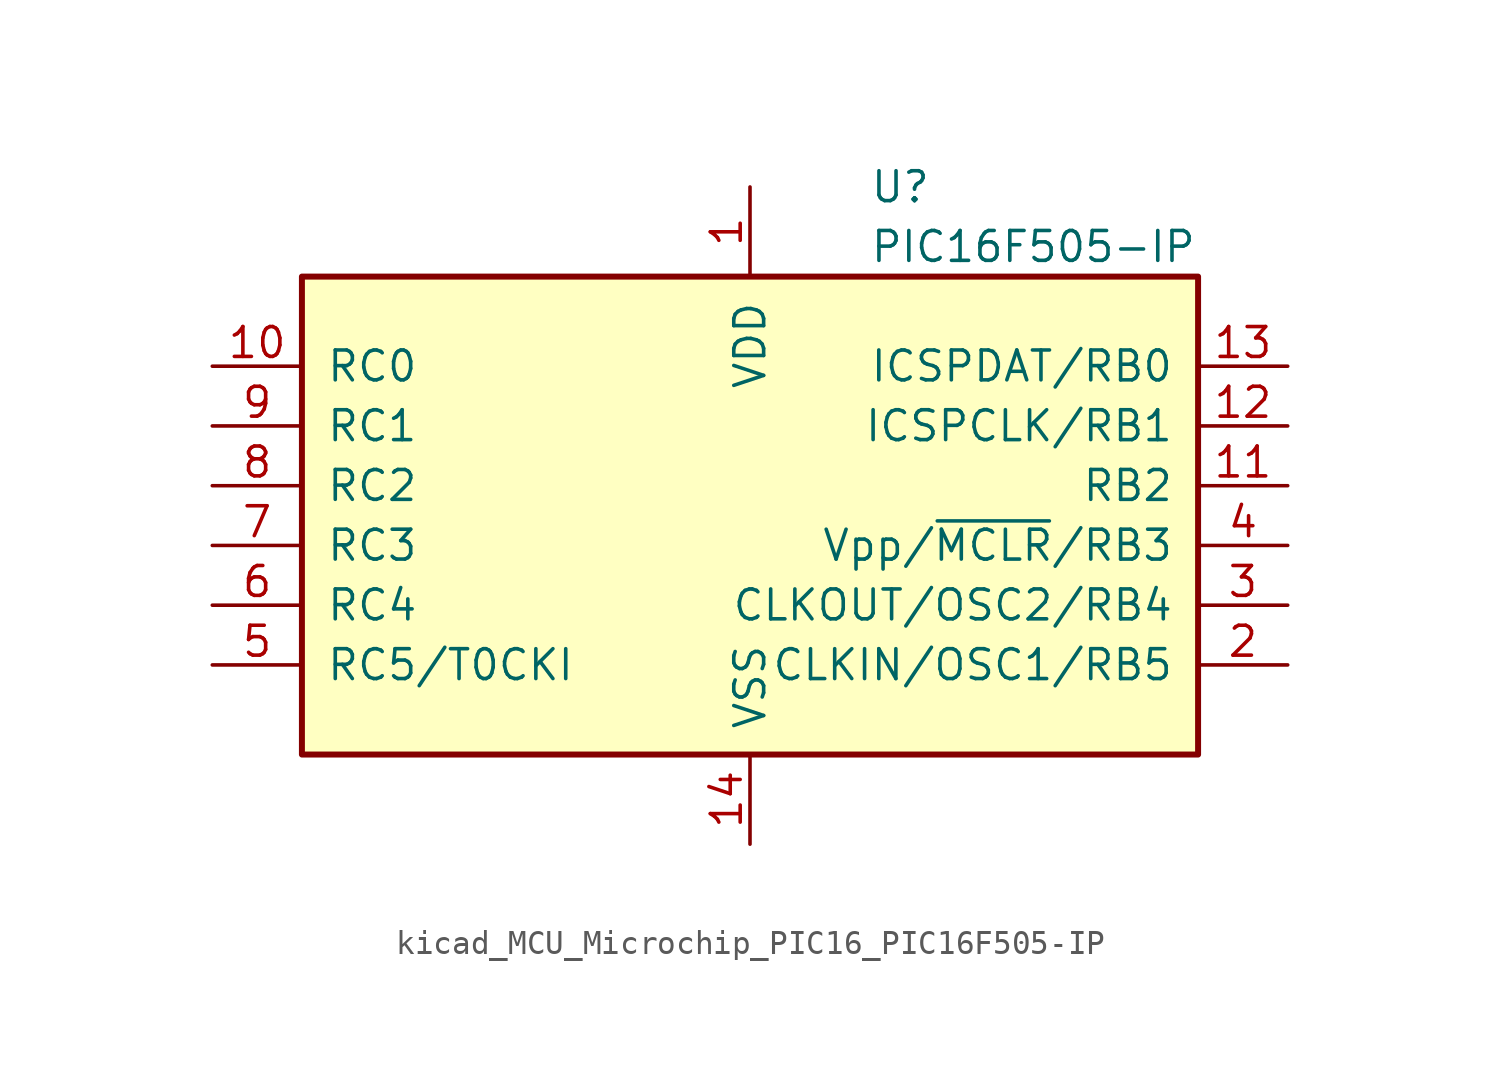
<source format=kicad_sym>
(kicad_symbol_lib
  (version 20220914)
  (generator kicad_symbol_editor)
  (symbol "kicad_MCU_Microchip_PIC16_PIC16F505-IP"
    (pin_names
      (offset 1.016))
    (property "Reference" "U"
      (at 5.08 12.7 0)
      (effects (font (size 1.27 1.27)) (justify left)))
    (property "Value" "PIC16F505-IP"
      (at 5.08 10.16 0)
      (effects (font (size 1.27 1.27)) (justify left)))
    (symbol "kicad_MCU_Microchip_PIC16_PIC16F505-IP_0_1"
      (rectangle (start -19.05 8.89) (end 19.05 -11.43) (stroke (width 0.254) (type default)) (fill (type background))))
    (symbol "kicad_MCU_Microchip_PIC16_PIC16F505-IP_1_1"
      (pin power_in line (at 0 12.7 270) (length 3.81) (name "VDD" (effects (font (size 1.27 1.27)))) (number "1" (effects (font (size 1.27 1.27)))))
      (pin bidirectional line (at -22.86 5.08 0) (length 3.81) (name "RC0" (effects (font (size 1.27 1.27)))) (number "10" (effects (font (size 1.27 1.27)))))
      (pin bidirectional line (at 22.86 0 180) (length 3.81) (name "RB2" (effects (font (size 1.27 1.27)))) (number "11" (effects (font (size 1.27 1.27)))))
      (pin bidirectional line (at 22.86 2.54 180) (length 3.81) (name "ICSPCLK/RB1" (effects (font (size 1.27 1.27)))) (number "12" (effects (font (size 1.27 1.27)))))
      (pin bidirectional line (at 22.86 5.08 180) (length 3.81) (name "ICSPDAT/RB0" (effects (font (size 1.27 1.27)))) (number "13" (effects (font (size 1.27 1.27)))))
      (pin power_in line (at 0 -15.24 90) (length 3.81) (name "VSS" (effects (font (size 1.27 1.27)))) (number "14" (effects (font (size 1.27 1.27)))))
      (pin bidirectional line (at 22.86 -7.62 180) (length 3.81) (name "CLKIN/OSC1/RB5" (effects (font (size 1.27 1.27)))) (number "2" (effects (font (size 1.27 1.27)))))
      (pin bidirectional line (at 22.86 -5.08 180) (length 3.81) (name "CLKOUT/OSC2/RB4" (effects (font (size 1.27 1.27)))) (number "3" (effects (font (size 1.27 1.27)))))
      (pin input line (at 22.86 -2.54 180) (length 3.81) (name "Vpp/~{MCLR}/RB3" (effects (font (size 1.27 1.27)))) (number "4" (effects (font (size 1.27 1.27)))))
      (pin bidirectional line (at -22.86 -7.62 0) (length 3.81) (name "RC5/T0CKI" (effects (font (size 1.27 1.27)))) (number "5" (effects (font (size 1.27 1.27)))))
      (pin bidirectional line (at -22.86 -5.08 0) (length 3.81) (name "RC4" (effects (font (size 1.27 1.27)))) (number "6" (effects (font (size 1.27 1.27)))))
      (pin bidirectional line (at -22.86 -2.54 0) (length 3.81) (name "RC3" (effects (font (size 1.27 1.27)))) (number "7" (effects (font (size 1.27 1.27)))))
      (pin bidirectional line (at -22.86 0 0) (length 3.81) (name "RC2" (effects (font (size 1.27 1.27)))) (number "8" (effects (font (size 1.27 1.27)))))
      (pin bidirectional line (at -22.86 2.54 0) (length 3.81) (name "RC1" (effects (font (size 1.27 1.27)))) (number "9" (effects (font (size 1.27 1.27))))))))
</source>
